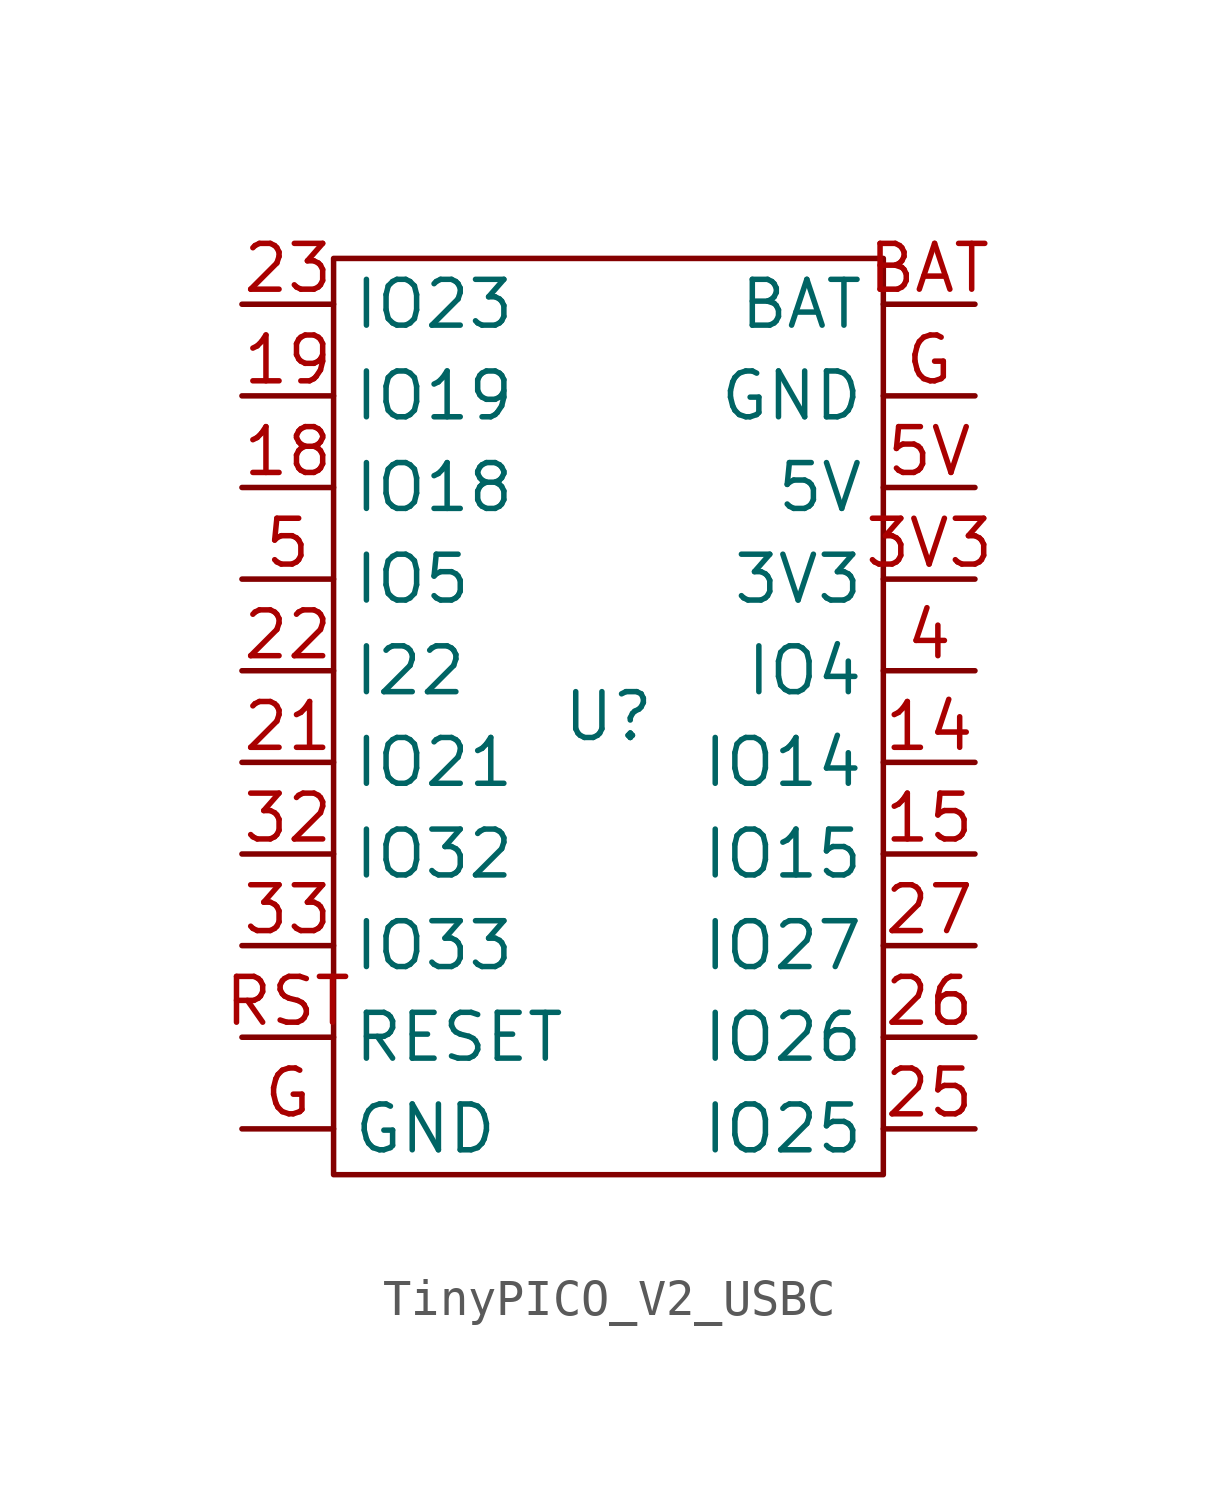
<source format=kicad_sym>
(kicad_symbol_lib
  (version 20241209)
  (generator "kicad_symbol_editor")
  (generator_version "9.0")
  (symbol "TinyPICO_V2_USBC"
    (property "Reference" "U"
      (at 0 0 0)
      (effects (font (size 1.27 1.27))))
    (property "Value" ""
      (at 0 0 0)
      (effects (font (size 1.27 1.27))))
    (symbol "TinyPICO_V2_USBC_0_1"
      (rectangle (start -7.62 12.7) (end 7.62 -12.7) (stroke (width 0) (type default)) (fill (type none))))
    (symbol "TinyPICO_V2_USBC_1_1"
      (pin input line (at -10.16 11.43 0) (length 2.54) (name "IO23" (effects (font (size 1.27 1.27)))) (number "23" (effects (font (size 1.27 1.27)))))
      (pin input line (at -10.16 8.89 0) (length 2.54) (name "IO19" (effects (font (size 1.27 1.27)))) (number "19" (effects (font (size 1.27 1.27)))))
      (pin input line (at -10.16 6.35 0) (length 2.54) (name "IO18" (effects (font (size 1.27 1.27)))) (number "18" (effects (font (size 1.27 1.27)))))
      (pin input line (at -10.16 3.81 0) (length 2.54) (name "IO5" (effects (font (size 1.27 1.27)))) (number "5" (effects (font (size 1.27 1.27)))))
      (pin input line (at -10.16 1.27 0) (length 2.54) (name "I22" (effects (font (size 1.27 1.27)))) (number "22" (effects (font (size 1.27 1.27)))))
      (pin input line (at -10.16 -1.27 0) (length 2.54) (name "IO21" (effects (font (size 1.27 1.27)))) (number "21" (effects (font (size 1.27 1.27)))))
      (pin input line (at -10.16 -3.81 0) (length 2.54) (name "IO32" (effects (font (size 1.27 1.27)))) (number "32" (effects (font (size 1.27 1.27)))))
      (pin input line (at -10.16 -6.35 0) (length 2.54) (name "IO33" (effects (font (size 1.27 1.27)))) (number "33" (effects (font (size 1.27 1.27)))))
      (pin passive line (at -10.16 -8.89 0) (length 2.54) (name "RESET" (effects (font (size 1.27 1.27)))) (number "RST" (effects (font (size 1.27 1.27)))))
      (pin power_in line (at -10.16 -11.43 0) (length 2.54) (name "GND" (effects (font (size 1.27 1.27)))) (number "G" (effects (font (size 1.27 1.27)))))
      (pin power_in line (at 10.16 11.43 180) (length 2.54) (name "BAT" (effects (font (size 1.27 1.27)))) (number "BAT" (effects (font (size 1.27 1.27)))))
      (pin power_in line (at 10.16 8.89 180) (length 2.54) (name "GND" (effects (font (size 1.27 1.27)))) (number "G" (effects (font (size 1.27 1.27)))))
      (pin power_in line (at 10.16 6.35 180) (length 2.54) (name "5V" (effects (font (size 1.27 1.27)))) (number "5V" (effects (font (size 1.27 1.27)))))
      (pin power_in line (at 10.16 3.81 180) (length 2.54) (name "3V3" (effects (font (size 1.27 1.27)))) (number "3V3" (effects (font (size 1.27 1.27)))))
      (pin input line (at 10.16 1.27 180) (length 2.54) (name "IO4" (effects (font (size 1.27 1.27)))) (number "4" (effects (font (size 1.27 1.27)))))
      (pin input line (at 10.16 -1.27 180) (length 2.54) (name "IO14" (effects (font (size 1.27 1.27)))) (number "14" (effects (font (size 1.27 1.27)))))
      (pin input line (at 10.16 -3.81 180) (length 2.54) (name "IO15" (effects (font (size 1.27 1.27)))) (number "15" (effects (font (size 1.27 1.27)))))
      (pin input line (at 10.16 -6.35 180) (length 2.54) (name "IO27" (effects (font (size 1.27 1.27)))) (number "27" (effects (font (size 1.27 1.27)))))
      (pin input line (at 10.16 -8.89 180) (length 2.54) (name "IO26" (effects (font (size 1.27 1.27)))) (number "26" (effects (font (size 1.27 1.27)))))
      (pin input line (at 10.16 -11.43 180) (length 2.54) (name "IO25" (effects (font (size 1.27 1.27)))) (number "25" (effects (font (size 1.27 1.27))))))))
</source>
